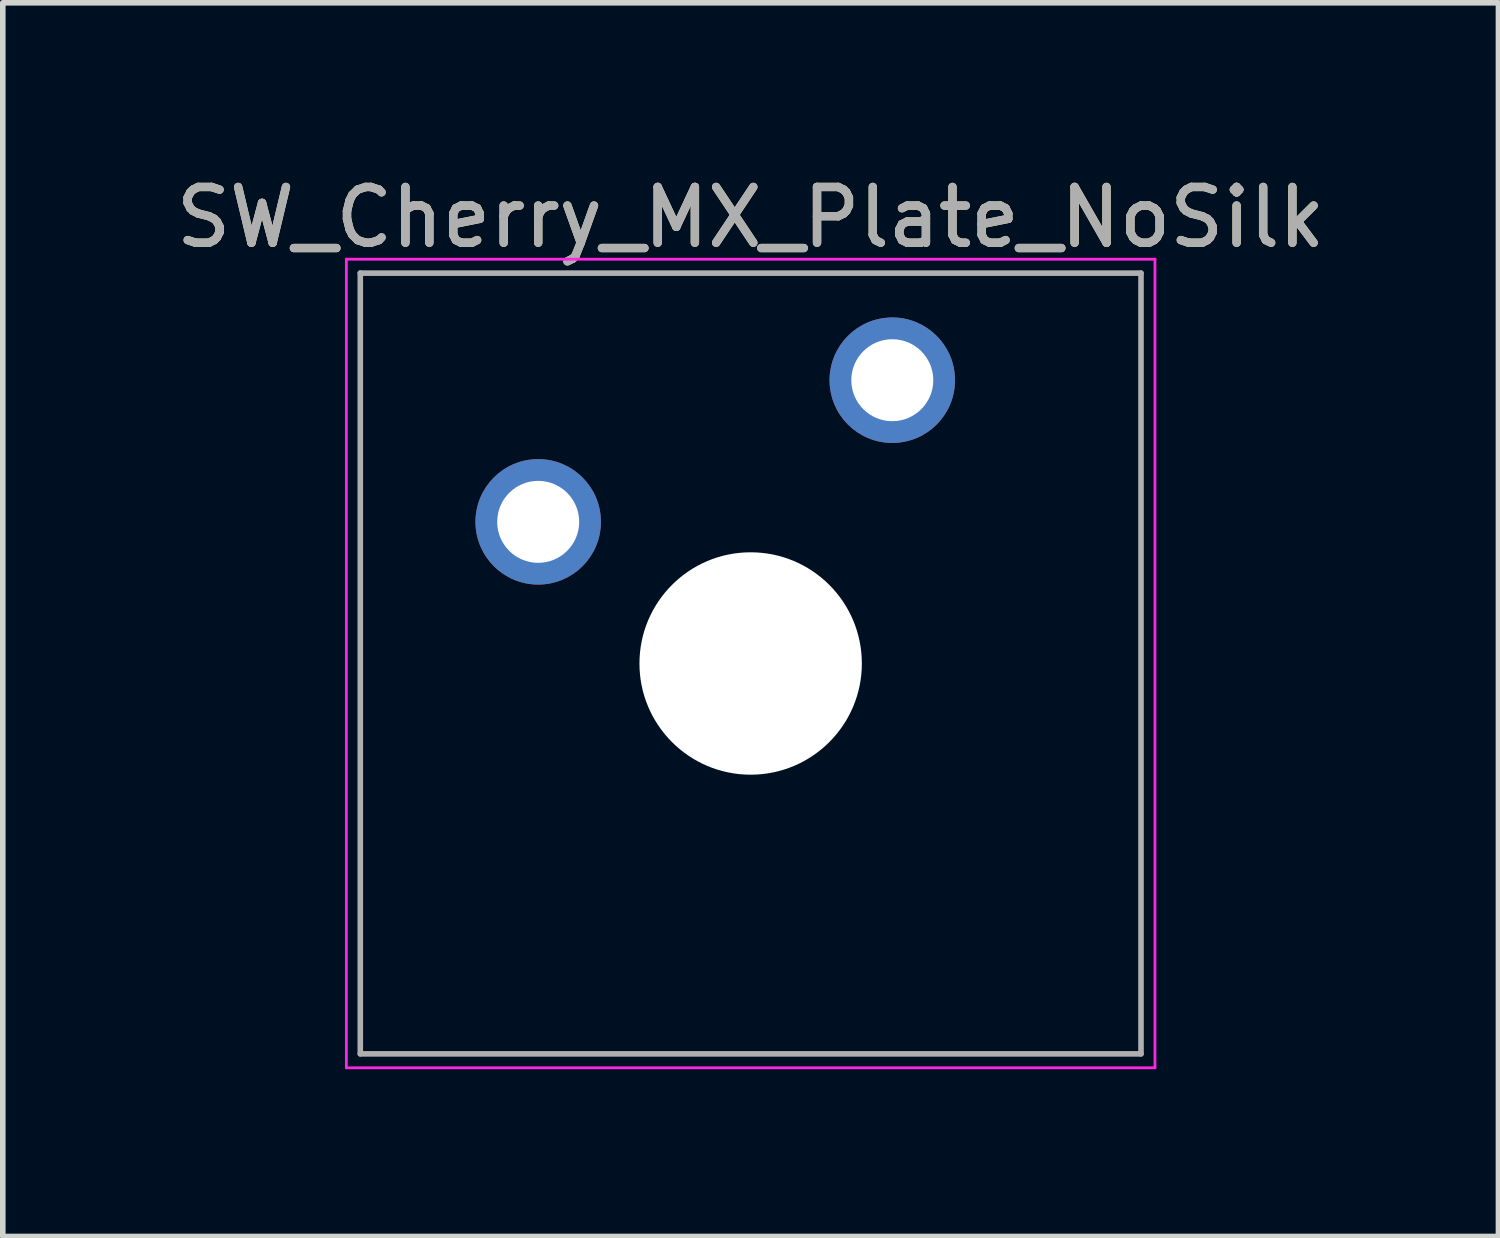
<source format=kicad_pcb>
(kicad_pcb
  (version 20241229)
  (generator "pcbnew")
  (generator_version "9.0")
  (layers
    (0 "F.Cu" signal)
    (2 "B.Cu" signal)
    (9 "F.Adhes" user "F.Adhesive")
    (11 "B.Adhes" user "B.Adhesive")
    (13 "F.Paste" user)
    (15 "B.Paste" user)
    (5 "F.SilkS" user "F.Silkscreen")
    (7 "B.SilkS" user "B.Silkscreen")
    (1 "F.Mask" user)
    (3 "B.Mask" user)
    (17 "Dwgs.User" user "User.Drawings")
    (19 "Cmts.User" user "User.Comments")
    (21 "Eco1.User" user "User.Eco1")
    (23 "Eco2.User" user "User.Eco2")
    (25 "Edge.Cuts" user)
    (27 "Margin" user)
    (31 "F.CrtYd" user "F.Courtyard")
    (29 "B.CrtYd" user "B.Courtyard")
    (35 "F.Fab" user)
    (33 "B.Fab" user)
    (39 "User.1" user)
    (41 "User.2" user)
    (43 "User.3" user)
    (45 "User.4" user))
  (footprint "SW_Cherry_MX_Plate_NoSilk"
    (layer "F.Cu")
    (at 10.411 8.848)
    (property "Reference" "SW_Cherry_MX_Plate_NoSilk" (at 0 -8 0) (layer "F.SilkS") (effects (font (size 1 1) (thickness 0.15))))
    (attr through_hole)
    (fp_line (start -7.25 -7.25) (end 7.25 -7.25) (stroke (width 0.05) (type solid)) (layer "F.CrtYd"))
    (fp_line (start -7.25 7.25) (end -7.25 -7.25) (stroke (width 0.05) (type solid)) (layer "F.CrtYd"))
    (fp_line (start 7.25 -7.25) (end 7.25 7.25) (stroke (width 0.05) (type solid)) (layer "F.CrtYd"))
    (fp_line (start 7.25 7.25) (end -7.25 7.25) (stroke (width 0.05) (type solid)) (layer "F.CrtYd"))
    (fp_line (start -7 -7) (end 7 -7) (stroke (width 0.1) (type solid)) (layer "F.Fab"))
    (fp_line (start -7 7) (end -7 -7) (stroke (width 0.1) (type solid)) (layer "F.Fab"))
    (fp_line (start 7 -7) (end 7 7) (stroke (width 0.1) (type solid)) (layer "F.Fab"))
    (fp_line (start 7 7) (end -7 7) (stroke (width 0.1) (type solid)) (layer "F.Fab"))
    (fp_text user "${REFERENCE}" (at 0 -8 0) (layer "F.Fab") (effects (font (size 1 1) (thickness 0.15))))
    (pad "" np_thru_hole circle (at 0 0) (size 3.988 3.988) (drill 3.988) (layers "*.Cu" "*.Mask"))
    (pad "1" thru_hole circle (at -3.81 -2.54) (size 2.25 2.25) (drill 1.47) (layers "*.Cu" "B.Mask"))
    (pad "2" thru_hole circle (at 2.54 -5.08) (size 2.25 2.25) (drill 1.47) (layers "*.Cu" "B.Mask")))
  (gr_rect
    (start -3 -3)
    (end 23.821 19.123)
    (stroke (width 0.1) (type default))
    (fill no)
    (layer "Edge.Cuts")))
</source>
